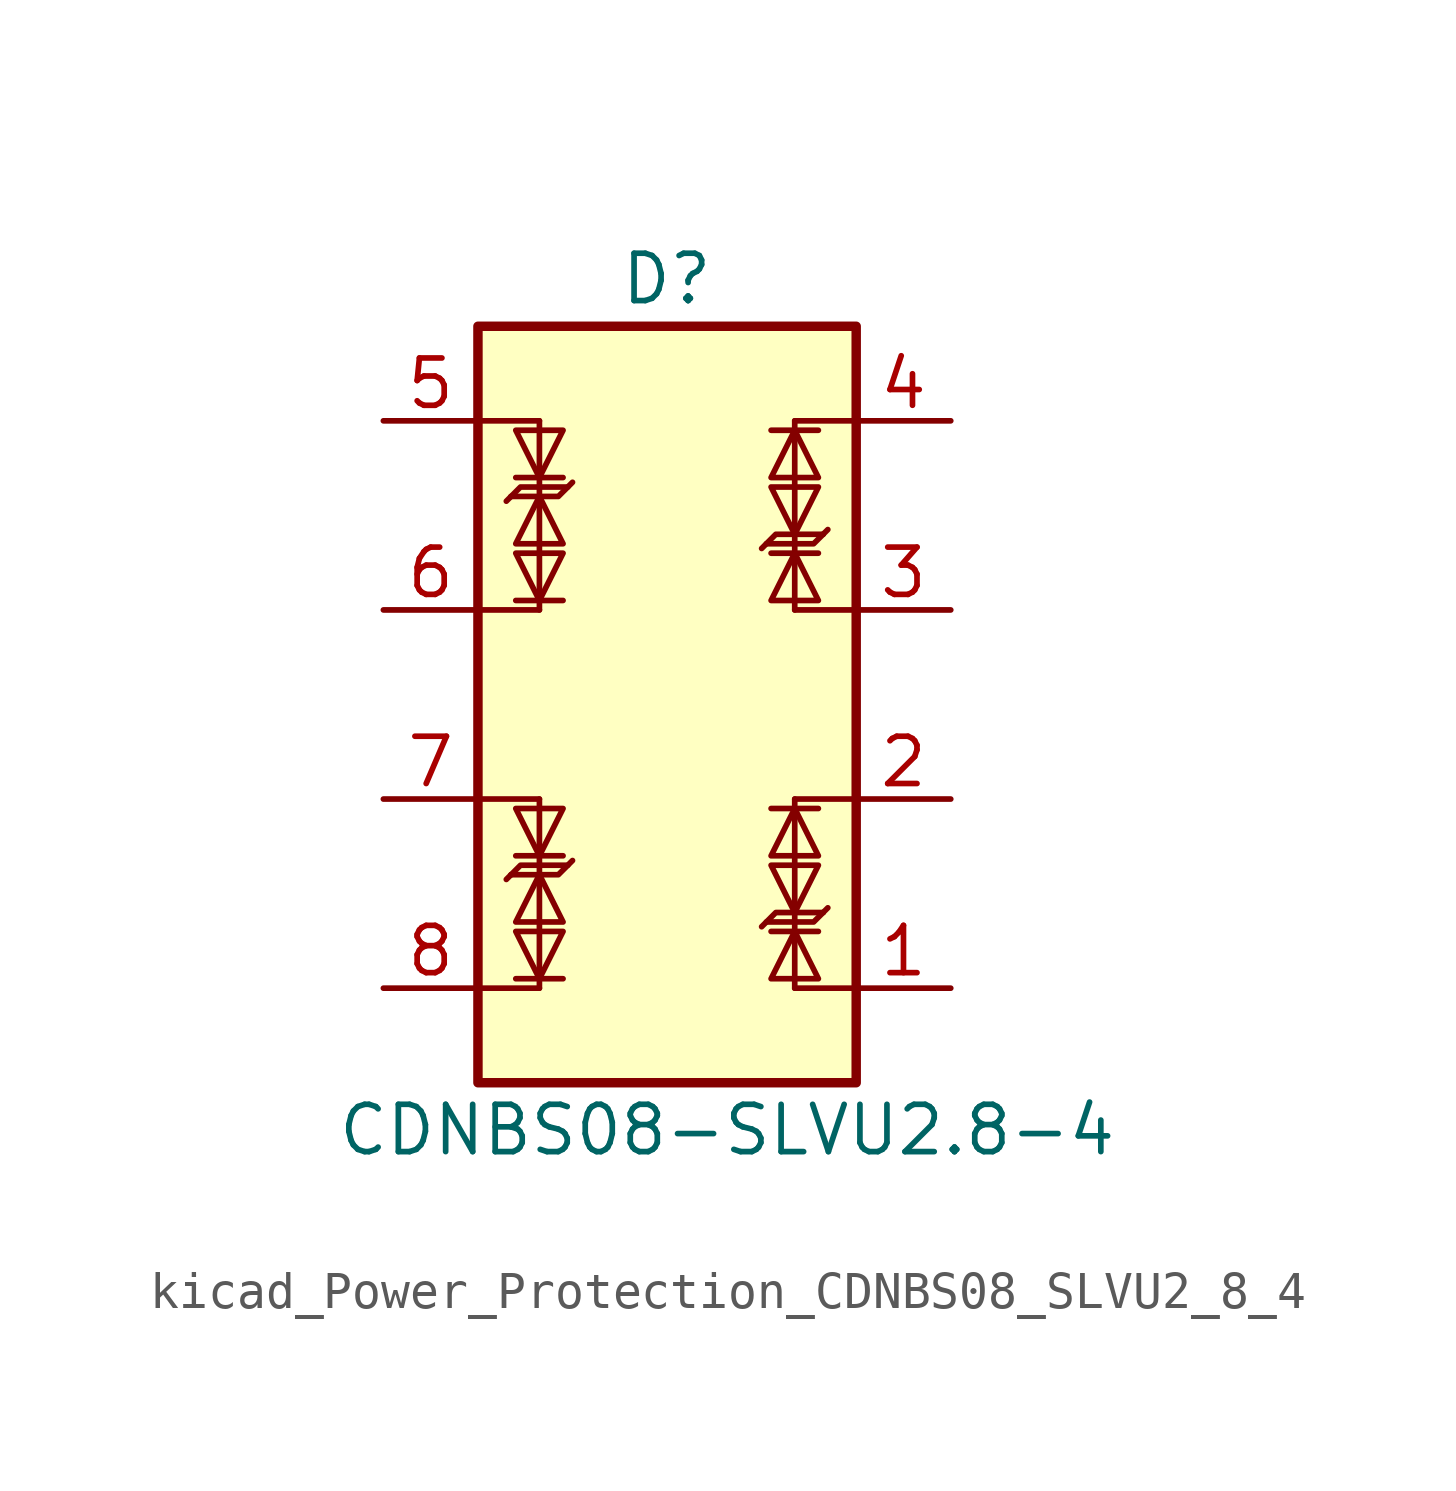
<source format=kicad_sym>
(kicad_symbol_lib
  (version 20220914)
  (generator kicad_symbol_editor)
  (symbol "kicad_Power_Protection_CDNBS08_SLVU2_8_4"
    (pin_names hide)
    (property "Reference" "D"
      (at 1.27 11.43 0)
      (effects (font (size 1.27 1.27)) (justify right)))
    (property "Value" "CDNBS08-SLVU2.8-4"
      (at -8.89 -11.43 0)
      (effects (font (size 1.27 1.27)) (justify left)))
    (symbol "kicad_Power_Protection_CDNBS08_SLVU2_8_4_0_1"
      (rectangle (start -5.08 10.16) (end 5.08 -10.16) (stroke (width 0.254) (type default)) (fill (type background)))
      (polyline (pts (xy -5.08 -7.62) (xy -3.429 -7.62)) (stroke (width 0) (type default)) (fill (type none)))
      (polyline (pts (xy -5.08 -2.54) (xy -3.429 -2.54)) (stroke (width 0) (type default)) (fill (type none)))
      (polyline (pts (xy -5.08 2.54) (xy -3.429 2.54)) (stroke (width 0) (type default)) (fill (type none)))
      (polyline (pts (xy -5.08 7.62) (xy -3.429 7.62)) (stroke (width 0) (type default)) (fill (type none)))
      (polyline (pts (xy -4.318 -4.699) (xy -4.191 -4.572)) (stroke (width 0) (type default)) (fill (type none)))
      (polyline (pts (xy -4.318 5.461) (xy -4.191 5.588)) (stroke (width 0) (type default)) (fill (type none)))
      (polyline (pts (xy -4.064 -7.366) (xy -2.794 -7.366)) (stroke (width 0) (type default)) (fill (type none)))
      (polyline (pts (xy -4.064 -4.064) (xy -2.794 -4.064)) (stroke (width 0) (type default)) (fill (type none)))
      (polyline (pts (xy -4.064 2.794) (xy -2.794 2.794)) (stroke (width 0) (type default)) (fill (type none)))
      (polyline (pts (xy -4.064 6.096) (xy -2.794 6.096)) (stroke (width 0) (type default)) (fill (type none)))
      (polyline (pts (xy -3.429 -7.62) (xy -3.429 -2.54)) (stroke (width 0) (type default)) (fill (type none)))
      (polyline (pts (xy -3.429 2.54) (xy -3.429 7.62)) (stroke (width 0) (type default)) (fill (type none)))
      (polyline (pts (xy 3.429 -2.54) (xy 3.429 -7.62)) (stroke (width 0) (type default)) (fill (type none)))
      (polyline (pts (xy 3.429 7.62) (xy 3.429 2.54)) (stroke (width 0) (type default)) (fill (type none)))
      (polyline (pts (xy 4.064 -6.096) (xy 2.794 -6.096)) (stroke (width 0) (type default)) (fill (type none)))
      (polyline (pts (xy 4.064 -2.794) (xy 2.794 -2.794)) (stroke (width 0) (type default)) (fill (type none)))
      (polyline (pts (xy 4.064 4.064) (xy 2.794 4.064)) (stroke (width 0) (type default)) (fill (type none)))
      (polyline (pts (xy 4.064 7.366) (xy 2.794 7.366)) (stroke (width 0) (type default)) (fill (type none)))
      (polyline (pts (xy 4.318 -5.461) (xy 4.191 -5.588)) (stroke (width 0) (type default)) (fill (type none)))
      (polyline (pts (xy 4.318 4.699) (xy 4.191 4.572)) (stroke (width 0) (type default)) (fill (type none)))
      (polyline (pts (xy 5.08 -7.62) (xy 3.429 -7.62)) (stroke (width 0) (type default)) (fill (type none)))
      (polyline (pts (xy 5.08 -2.54) (xy 3.429 -2.54)) (stroke (width 0) (type default)) (fill (type none)))
      (polyline (pts (xy 5.08 2.54) (xy 3.429 2.54)) (stroke (width 0) (type default)) (fill (type none)))
      (polyline (pts (xy 5.08 7.62) (xy 3.429 7.62)) (stroke (width 0) (type default)) (fill (type none)))
      (polyline (pts (xy -4.191 -4.572) (xy -3.937 -4.318) (xy -2.667 -4.318)) (stroke (width 0) (type default)) (fill (type none)))
      (polyline (pts (xy -4.191 -4.572) (xy -2.921 -4.572) (xy -2.54 -4.191)) (stroke (width 0) (type default)) (fill (type none)))
      (polyline (pts (xy -4.191 5.588) (xy -3.937 5.842) (xy -2.667 5.842)) (stroke (width 0) (type default)) (fill (type none)))
      (polyline (pts (xy -4.191 5.588) (xy -2.921 5.588) (xy -2.54 5.969)) (stroke (width 0) (type default)) (fill (type none)))
      (polyline (pts (xy 4.191 -5.588) (xy 2.921 -5.588) (xy 2.54 -5.969)) (stroke (width 0) (type default)) (fill (type none)))
      (polyline (pts (xy 4.191 -5.588) (xy 3.937 -5.842) (xy 2.667 -5.842)) (stroke (width 0) (type default)) (fill (type none)))
      (polyline (pts (xy 4.191 4.572) (xy 2.921 4.572) (xy 2.54 4.191)) (stroke (width 0) (type default)) (fill (type none)))
      (polyline (pts (xy 4.191 4.572) (xy 3.937 4.318) (xy 2.667 4.318)) (stroke (width 0) (type default)) (fill (type none)))
      (polyline (pts (xy -3.429 -7.366) (xy -4.064 -6.096) (xy -2.794 -6.096) (xy -3.429 -7.366)) (stroke (width 0) (type default)) (fill (type none)))
      (polyline (pts (xy -3.429 -4.572) (xy -2.794 -5.842) (xy -4.064 -5.842) (xy -3.429 -4.572)) (stroke (width 0) (type default)) (fill (type none)))
      (polyline (pts (xy -3.429 -4.064) (xy -4.064 -2.794) (xy -2.794 -2.794) (xy -3.429 -4.064)) (stroke (width 0) (type default)) (fill (type none)))
      (polyline (pts (xy -3.429 2.794) (xy -4.064 4.064) (xy -2.794 4.064) (xy -3.429 2.794)) (stroke (width 0) (type default)) (fill (type none)))
      (polyline (pts (xy -3.429 5.588) (xy -2.794 4.318) (xy -4.064 4.318) (xy -3.429 5.588)) (stroke (width 0) (type default)) (fill (type none)))
      (polyline (pts (xy -3.429 6.096) (xy -4.064 7.366) (xy -2.794 7.366) (xy -3.429 6.096)) (stroke (width 0) (type default)) (fill (type none)))
      (polyline (pts (xy 3.429 -6.096) (xy 4.064 -7.366) (xy 2.794 -7.366) (xy 3.429 -6.096)) (stroke (width 0) (type default)) (fill (type none)))
      (polyline (pts (xy 3.429 -5.588) (xy 2.794 -4.318) (xy 4.064 -4.318) (xy 3.429 -5.588)) (stroke (width 0) (type default)) (fill (type none)))
      (polyline (pts (xy 3.429 -2.794) (xy 4.064 -4.064) (xy 2.794 -4.064) (xy 3.429 -2.794)) (stroke (width 0) (type default)) (fill (type none)))
      (polyline (pts (xy 3.429 4.064) (xy 4.064 2.794) (xy 2.794 2.794) (xy 3.429 4.064)) (stroke (width 0) (type default)) (fill (type none)))
      (polyline (pts (xy 3.429 4.572) (xy 2.794 5.842) (xy 4.064 5.842) (xy 3.429 4.572)) (stroke (width 0) (type default)) (fill (type none)))
      (polyline (pts (xy 3.429 7.366) (xy 4.064 6.096) (xy 2.794 6.096) (xy 3.429 7.366)) (stroke (width 0) (type default)) (fill (type none))))
    (symbol "kicad_Power_Protection_CDNBS08_SLVU2_8_4_1_1"
      (pin passive line (at 7.62 -7.62 180) (length 2.54) (name "TVS1" (effects (font (size 1.27 1.27)))) (number "1" (effects (font (size 1.27 1.27)))))
      (pin passive line (at 7.62 -2.54 180) (length 2.54) (name "TVS2" (effects (font (size 1.27 1.27)))) (number "2" (effects (font (size 1.27 1.27)))))
      (pin passive line (at 7.62 2.54 180) (length 2.54) (name "TVS1" (effects (font (size 1.27 1.27)))) (number "3" (effects (font (size 1.27 1.27)))))
      (pin passive line (at 7.62 7.62 180) (length 2.54) (name "TVS2" (effects (font (size 1.27 1.27)))) (number "4" (effects (font (size 1.27 1.27)))))
      (pin passive line (at -7.62 7.62 0) (length 2.54) (name "TVS1" (effects (font (size 1.27 1.27)))) (number "5" (effects (font (size 1.27 1.27)))))
      (pin passive line (at -7.62 2.54 0) (length 2.54) (name "TVS2" (effects (font (size 1.27 1.27)))) (number "6" (effects (font (size 1.27 1.27)))))
      (pin passive line (at -7.62 -2.54 0) (length 2.54) (name "TVS1" (effects (font (size 1.27 1.27)))) (number "7" (effects (font (size 1.27 1.27)))))
      (pin passive line (at -7.62 -7.62 0) (length 2.54) (name "TVS2" (effects (font (size 1.27 1.27)))) (number "8" (effects (font (size 1.27 1.27))))))))
</source>
